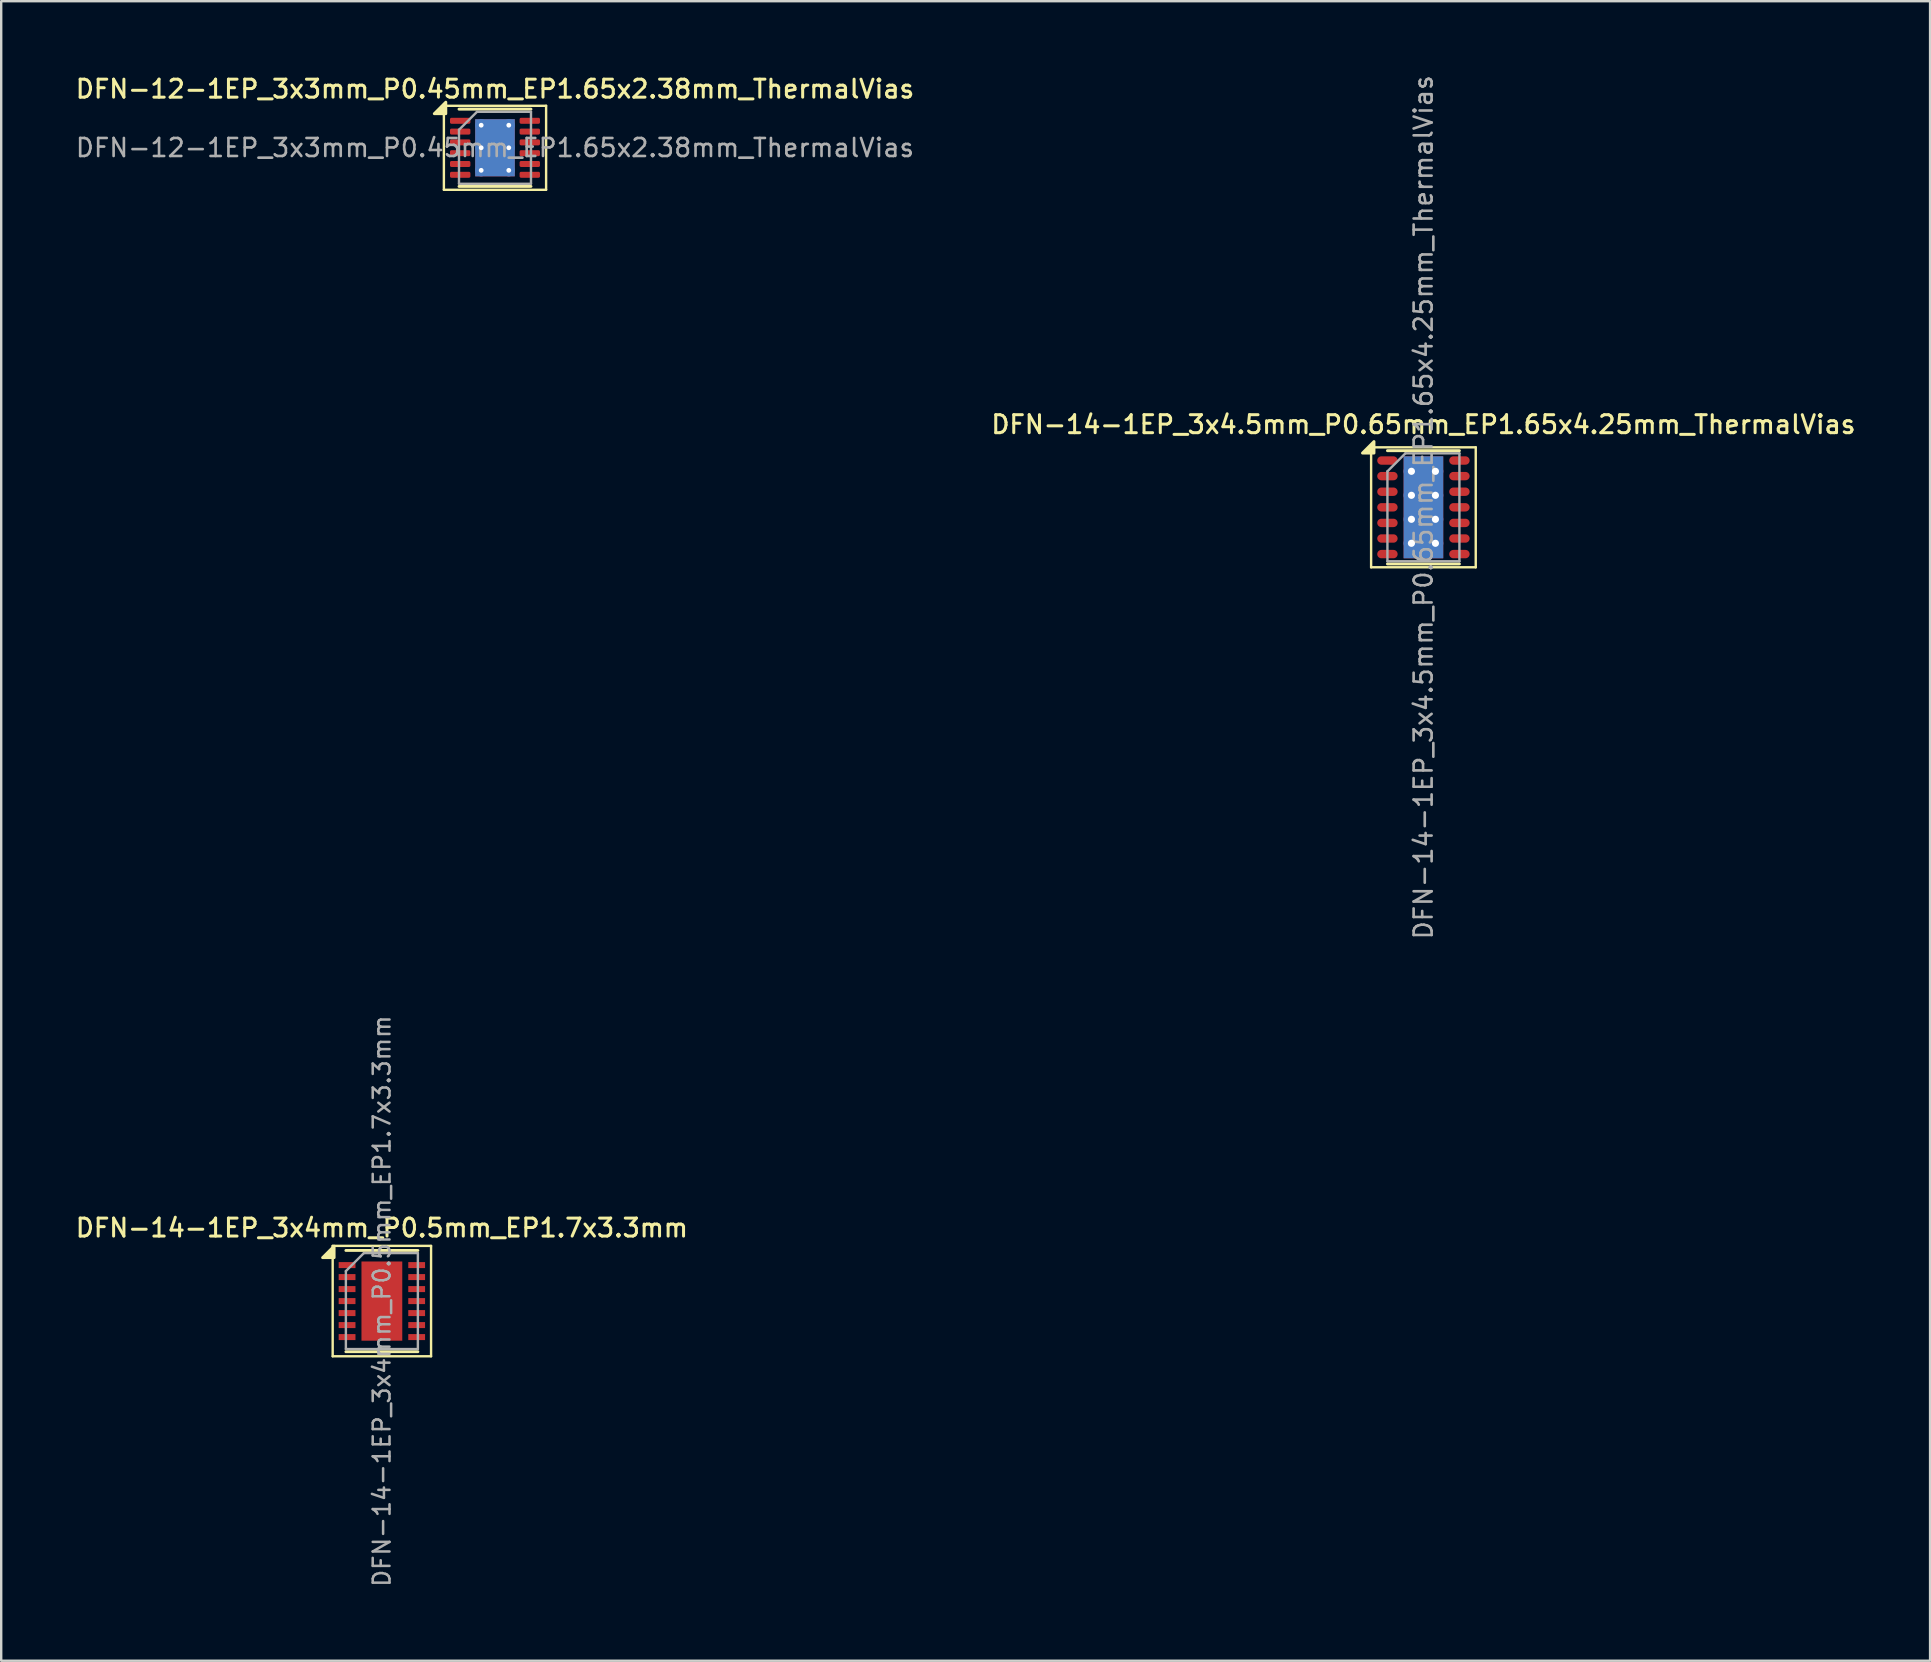
<source format=kicad_pcb>
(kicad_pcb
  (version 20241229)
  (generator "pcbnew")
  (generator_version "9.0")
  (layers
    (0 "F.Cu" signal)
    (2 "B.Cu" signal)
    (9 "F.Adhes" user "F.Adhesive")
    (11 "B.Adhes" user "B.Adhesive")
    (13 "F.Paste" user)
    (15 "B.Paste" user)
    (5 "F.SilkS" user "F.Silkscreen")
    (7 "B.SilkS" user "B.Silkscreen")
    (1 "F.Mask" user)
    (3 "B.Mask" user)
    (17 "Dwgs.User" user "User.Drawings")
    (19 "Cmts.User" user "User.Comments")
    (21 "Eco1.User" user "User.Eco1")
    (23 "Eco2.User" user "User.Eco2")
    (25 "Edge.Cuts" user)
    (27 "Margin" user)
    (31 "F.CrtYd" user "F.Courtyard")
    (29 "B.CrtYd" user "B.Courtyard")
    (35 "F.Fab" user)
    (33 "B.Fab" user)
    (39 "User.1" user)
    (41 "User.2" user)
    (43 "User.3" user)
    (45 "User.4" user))
  (footprint "DFN-12-1EP_3x3mm_P0.45mm_EP1.65x2.38mm_ThermalVias"
    (layer "F.Cu")
    (at 17.577 3.108)
    (property "Reference" "DFN-12-1EP_3x3mm_P0.45mm_EP1.65x2.38mm_ThermalVias" (at 0 -2.45 0) (layer "F.SilkS") (effects (font (size 0.75 0.75) (thickness 0.125))))
    (attr smd)
    (fp_line (start -2.13 -1.75) (end -2.13 1.75) (stroke (width 0.1) (type solid)) (layer "F.SilkS"))
    (fp_line (start -2.13 1.75) (end 2.13 1.75) (stroke (width 0.1) (type solid)) (layer "F.SilkS"))
    (fp_line (start -1.5 -1.61) (end 1.5 -1.61) (stroke (width 0.12) (type solid)) (layer "F.SilkS"))
    (fp_line (start -1.5 1.61) (end 1.5 1.61) (stroke (width 0.12) (type solid)) (layer "F.SilkS"))
    (fp_line (start 2.13 -1.75) (end -2.13 -1.75) (stroke (width 0.1) (type solid)) (layer "F.SilkS"))
    (fp_line (start 2.13 1.75) (end 2.13 -1.75) (stroke (width 0.1) (type solid)) (layer "F.SilkS"))
    (fp_poly (pts (xy -2.05 -1.42) (xy -2.53 -1.42) (xy -2.05 -1.9) (xy -2.05 -1.42)) (stroke (width 0.12) (type solid)) (fill yes) (layer "F.SilkS"))
    (fp_line (start -1.5 -0.75) (end -0.75 -1.5) (stroke (width 0.1) (type solid)) (layer "F.Fab"))
    (fp_line (start -1.5 1.5) (end -1.5 -0.75) (stroke (width 0.1) (type solid)) (layer "F.Fab"))
    (fp_line (start -0.75 -1.5) (end 1.5 -1.5) (stroke (width 0.1) (type solid)) (layer "F.Fab"))
    (fp_line (start 1.5 -1.5) (end 1.5 1.5) (stroke (width 0.1) (type solid)) (layer "F.Fab"))
    (fp_line (start 1.5 1.5) (end -1.5 1.5) (stroke (width 0.1) (type solid)) (layer "F.Fab"))
    (fp_text user "${REFERENCE}" (at 0 0 0) (layer "F.Fab") (effects (font (size 0.75 0.75) (thickness 0.11))))
    (pad "" smd roundrect (at -0.41 -0.595) (size 0.67 0.96) (layers "F.Paste") (roundrect_rratio 0.25))
    (pad "" smd roundrect (at -0.41 0.595) (size 0.67 0.96) (layers "F.Paste") (roundrect_rratio 0.25))
    (pad "" smd roundrect (at 0.41 -0.595) (size 0.67 0.96) (layers "F.Paste") (roundrect_rratio 0.25))
    (pad "" smd roundrect (at 0.41 0.595) (size 0.67 0.96) (layers "F.Paste") (roundrect_rratio 0.25))
    (pad "1" smd roundrect (at -1.45 -1.125) (size 0.85 0.25) (layers "F.Cu" "F.Mask" "F.Paste") (roundrect_rratio 0.25))
    (pad "2" smd roundrect (at -1.45 -0.675) (size 0.85 0.25) (layers "F.Cu" "F.Mask" "F.Paste") (roundrect_rratio 0.25))
    (pad "3" smd roundrect (at -1.45 -0.225) (size 0.85 0.25) (layers "F.Cu" "F.Mask" "F.Paste") (roundrect_rratio 0.25))
    (pad "4" smd roundrect (at -1.45 0.225) (size 0.85 0.25) (layers "F.Cu" "F.Mask" "F.Paste") (roundrect_rratio 0.25))
    (pad "5" smd roundrect (at -1.45 0.675) (size 0.85 0.25) (layers "F.Cu" "F.Mask" "F.Paste") (roundrect_rratio 0.25))
    (pad "6" smd roundrect (at -1.45 1.125) (size 0.85 0.25) (layers "F.Cu" "F.Mask" "F.Paste") (roundrect_rratio 0.25))
    (pad "7" smd roundrect (at 1.45 1.125) (size 0.85 0.25) (layers "F.Cu" "F.Mask" "F.Paste") (roundrect_rratio 0.25))
    (pad "8" smd roundrect (at 1.45 0.675) (size 0.85 0.25) (layers "F.Cu" "F.Mask" "F.Paste") (roundrect_rratio 0.25))
    (pad "9" smd roundrect (at 1.45 0.225) (size 0.85 0.25) (layers "F.Cu" "F.Mask" "F.Paste") (roundrect_rratio 0.25))
    (pad "10" smd roundrect (at 1.45 -0.225) (size 0.85 0.25) (layers "F.Cu" "F.Mask" "F.Paste") (roundrect_rratio 0.25))
    (pad "11" smd roundrect (at 1.45 -0.675) (size 0.85 0.25) (layers "F.Cu" "F.Mask" "F.Paste") (roundrect_rratio 0.25))
    (pad "12" smd roundrect (at 1.45 -1.125) (size 0.85 0.25) (layers "F.Cu" "F.Mask" "F.Paste") (roundrect_rratio 0.25))
    (pad "13" thru_hole circle (at -0.575 -0.94) (size 0.5 0.5) (drill 0.2) (property pad_prop_heatsink) (layers "*.Cu"))
    (pad "13" thru_hole circle (at -0.575 0) (size 0.5 0.5) (drill 0.2) (property pad_prop_heatsink) (layers "*.Cu"))
    (pad "13" thru_hole circle (at -0.575 0.94) (size 0.5 0.5) (drill 0.2) (property pad_prop_heatsink) (layers "*.Cu"))
    (pad "13" smd rect (at 0 0) (size 1.65 2.38) (property pad_prop_heatsink) (layers "F.Cu" "F.Mask"))
    (pad "13" smd rect (at 0 0) (size 1.65 2.38) (property pad_prop_heatsink) (layers "B.Cu"))
    (pad "13" thru_hole circle (at 0.575 -0.94) (size 0.5 0.5) (drill 0.2) (property pad_prop_heatsink) (layers "*.Cu"))
    (pad "13" thru_hole circle (at 0.575 0) (size 0.5 0.5) (drill 0.2) (property pad_prop_heatsink) (layers "*.Cu"))
    (pad "13" thru_hole circle (at 0.575 0.94) (size 0.5 0.5) (drill 0.2) (property pad_prop_heatsink) (layers "*.Cu")))
  (footprint "DFN-14-1EP_3x4mm_P0.5mm_EP1.7x3.3mm"
    (layer "F.Cu")
    (at 12.863 51.168)
    (property "Reference" "DFN-14-1EP_3x4mm_P0.5mm_EP1.7x3.3mm" (at 0 -3.05 0) (layer "F.SilkS") (effects (font (size 0.75 0.75) (thickness 0.125))))
    (attr smd)
    (fp_line (start -2.05 -2.3) (end -2.05 2.3) (stroke (width 0.1) (type solid)) (layer "F.SilkS"))
    (fp_line (start -2.05 -2.3) (end 2.05 -2.3) (stroke (width 0.1) (type solid)) (layer "F.SilkS"))
    (fp_line (start -2.05 2.3) (end 2.05 2.3) (stroke (width 0.1) (type solid)) (layer "F.SilkS"))
    (fp_line (start -1.5 -2.11) (end 1.5 -2.11) (stroke (width 0.12) (type solid)) (layer "F.SilkS"))
    (fp_line (start -1.5 2.11) (end 1.5 2.11) (stroke (width 0.12) (type solid)) (layer "F.SilkS"))
    (fp_line (start 2.05 -2.3) (end 2.05 2.3) (stroke (width 0.1) (type solid)) (layer "F.SilkS"))
    (fp_poly (pts (xy -1.99 -1.81) (xy -2.47 -1.81) (xy -1.99 -2.29) (xy -1.99 -1.81)) (stroke (width 0.12) (type solid)) (fill yes) (layer "F.SilkS"))
    (fp_line (start -1.5 -1.25) (end -0.75 -2) (stroke (width 0.1) (type solid)) (layer "F.Fab"))
    (fp_line (start -1.5 2) (end -1.5 -1.25) (stroke (width 0.1) (type solid)) (layer "F.Fab"))
    (fp_line (start -0.75 -2) (end 1.5 -2) (stroke (width 0.1) (type solid)) (layer "F.Fab"))
    (fp_line (start 1.5 -2) (end 1.5 2) (stroke (width 0.1) (type solid)) (layer "F.Fab"))
    (fp_line (start 1.5 2) (end -1.5 2) (stroke (width 0.1) (type solid)) (layer "F.Fab"))
    (fp_text user "${REFERENCE}" (at 0 0 90) (layer "F.Fab") (effects (font (size 0.7 0.7) (thickness 0.105))))
    (pad "" smd rect (at -0.425 -1.238) (size 0.685 0.67) (layers "F.Paste"))
    (pad "" smd rect (at -0.425 -0.412) (size 0.685 0.67) (layers "F.Paste"))
    (pad "" smd rect (at -0.425 0.412) (size 0.685 0.67) (layers "F.Paste"))
    (pad "" smd rect (at -0.425 1.238) (size 0.685 0.67) (layers "F.Paste"))
    (pad "" smd rect (at 0.425 -1.238) (size 0.685 0.67) (layers "F.Paste"))
    (pad "" smd rect (at 0.425 -0.412) (size 0.685 0.67) (layers "F.Paste"))
    (pad "" smd rect (at 0.425 0.412) (size 0.685 0.67) (layers "F.Paste"))
    (pad "" smd rect (at 0.425 1.238) (size 0.685 0.67) (layers "F.Paste"))
    (pad "1" smd rect (at -1.45 -1.5) (size 0.7 0.25) (layers "F.Cu" "F.Mask" "F.Paste"))
    (pad "2" smd rect (at -1.45 -1) (size 0.7 0.25) (layers "F.Cu" "F.Mask" "F.Paste"))
    (pad "3" smd rect (at -1.45 -0.5) (size 0.7 0.25) (layers "F.Cu" "F.Mask" "F.Paste"))
    (pad "4" smd rect (at -1.45 0) (size 0.7 0.25) (layers "F.Cu" "F.Mask" "F.Paste"))
    (pad "5" smd rect (at -1.45 0.5) (size 0.7 0.25) (layers "F.Cu" "F.Mask" "F.Paste"))
    (pad "6" smd rect (at -1.45 1) (size 0.7 0.25) (layers "F.Cu" "F.Mask" "F.Paste"))
    (pad "7" smd rect (at -1.45 1.5) (size 0.7 0.25) (layers "F.Cu" "F.Mask" "F.Paste"))
    (pad "8" smd rect (at 1.45 1.5) (size 0.7 0.25) (layers "F.Cu" "F.Mask" "F.Paste"))
    (pad "9" smd rect (at 1.45 1) (size 0.7 0.25) (layers "F.Cu" "F.Mask" "F.Paste"))
    (pad "10" smd rect (at 1.45 0.5) (size 0.7 0.25) (layers "F.Cu" "F.Mask" "F.Paste"))
    (pad "11" smd rect (at 1.45 0) (size 0.7 0.25) (layers "F.Cu" "F.Mask" "F.Paste"))
    (pad "12" smd rect (at 1.45 -0.5) (size 0.7 0.25) (layers "F.Cu" "F.Mask" "F.Paste"))
    (pad "13" smd rect (at 1.45 -1) (size 0.7 0.25) (layers "F.Cu" "F.Mask" "F.Paste"))
    (pad "14" smd rect (at 1.45 -1.5) (size 0.7 0.25) (layers "F.Cu" "F.Mask" "F.Paste"))
    (pad "15" smd rect (at 0 0) (size 1.7 3.3) (layers "F.Cu" "F.Mask")))
  (footprint "DFN-14-1EP_3x4.5mm_P0.65mm_EP1.65x4.25mm_ThermalVias"
    (layer "F.Cu")
    (at 56.266 18.09)
    (property "Reference" "DFN-14-1EP_3x4.5mm_P0.65mm_EP1.65x4.25mm_ThermalVias" (at 0 -3.45 0) (layer "F.SilkS") (effects (font (size 0.75 0.75) (thickness 0.125))))
    (attr smd)
    (fp_line (start -2.18 -2.5) (end -2.18 2.5) (stroke (width 0.1) (type solid)) (layer "F.SilkS"))
    (fp_line (start -2.18 2.5) (end 2.18 2.5) (stroke (width 0.1) (type solid)) (layer "F.SilkS"))
    (fp_line (start -1.5 2.36) (end 1.5 2.36) (stroke (width 0.12) (type solid)) (layer "F.SilkS"))
    (fp_line (start 1.5 -2.36) (end -1.5 -2.36) (stroke (width 0.12) (type solid)) (layer "F.SilkS"))
    (fp_line (start 2.18 -2.5) (end -2.18 -2.5) (stroke (width 0.1) (type solid)) (layer "F.SilkS"))
    (fp_line (start 2.18 2.5) (end 2.18 -2.5) (stroke (width 0.1) (type solid)) (layer "F.SilkS"))
    (fp_poly (pts (xy -2.06 -2.26) (xy -2.54 -2.26) (xy -2.06 -2.74) (xy -2.06 -2.26)) (stroke (width 0.12) (type solid)) (fill yes) (layer "F.SilkS"))
    (fp_line (start -1.5 2.25) (end -1.5 -1.5) (stroke (width 0.1) (type solid)) (layer "F.Fab"))
    (fp_line (start -1.5 2.25) (end 1.5 2.25) (stroke (width 0.1) (type solid)) (layer "F.Fab"))
    (fp_line (start -0.75 -2.25) (end -1.5 -1.5) (stroke (width 0.1) (type solid)) (layer "F.Fab"))
    (fp_line (start 1.5 -2.25) (end -0.75 -2.25) (stroke (width 0.1) (type solid)) (layer "F.Fab"))
    (fp_line (start 1.5 2.25) (end 1.5 -2.25) (stroke (width 0.1) (type solid)) (layer "F.Fab"))
    (fp_text user "${REFERENCE}" (at 0 0 90) (layer "F.Fab") (effects (font (size 0.75 0.75) (thickness 0.11))))
    (pad "" smd rect (at 0 -1.9) (size 1.5 0.3) (layers "F.Paste"))
    (pad "" smd rect (at 0 -1.5) (size 0.5 0.5) (layers "F.Paste"))
    (pad "" smd rect (at 0 -1) (size 1.5 0.5) (layers "F.Paste"))
    (pad "" smd rect (at 0 -0.5) (size 0.5 0.5) (layers "F.Paste"))
    (pad "" smd rect (at 0 0) (size 1.5 0.5) (layers "F.Paste"))
    (pad "" smd rect (at 0 0.5) (size 0.5 0.5) (layers "F.Paste"))
    (pad "" smd rect (at 0 1) (size 1.5 0.5) (layers "F.Paste"))
    (pad "" smd rect (at 0 1.5) (size 0.5 0.5) (layers "F.Paste"))
    (pad "" smd rect (at 0 1.9) (size 1.5 0.3) (layers "F.Paste"))
    (pad "1" smd oval (at -1.5 -1.95) (size 0.85 0.35) (layers "F.Cu" "F.Mask" "F.Paste"))
    (pad "2" smd oval (at -1.5 -1.3) (size 0.85 0.35) (layers "F.Cu" "F.Mask" "F.Paste"))
    (pad "3" smd oval (at -1.5 -0.65) (size 0.85 0.35) (layers "F.Cu" "F.Mask" "F.Paste"))
    (pad "4" smd oval (at -1.5 0) (size 0.85 0.35) (layers "F.Cu" "F.Mask" "F.Paste"))
    (pad "5" smd oval (at -1.5 0.65) (size 0.85 0.35) (layers "F.Cu" "F.Mask" "F.Paste"))
    (pad "6" smd oval (at -1.5 1.3) (size 0.85 0.35) (layers "F.Cu" "F.Mask" "F.Paste"))
    (pad "7" smd oval (at -1.5 1.95) (size 0.85 0.35) (layers "F.Cu" "F.Mask" "F.Paste"))
    (pad "8" smd oval (at 1.5 1.95) (size 0.85 0.35) (layers "F.Cu" "F.Mask" "F.Paste"))
    (pad "9" smd oval (at 1.5 1.3) (size 0.85 0.35) (layers "F.Cu" "F.Mask" "F.Paste"))
    (pad "10" smd oval (at 1.5 0.65) (size 0.85 0.35) (layers "F.Cu" "F.Mask" "F.Paste"))
    (pad "11" smd oval (at 1.5 0) (size 0.85 0.35) (layers "F.Cu" "F.Mask" "F.Paste"))
    (pad "12" smd oval (at 1.5 -0.65) (size 0.85 0.35) (layers "F.Cu" "F.Mask" "F.Paste"))
    (pad "13" smd oval (at 1.5 -1.3) (size 0.85 0.35) (layers "F.Cu" "F.Mask" "F.Paste"))
    (pad "14" smd oval (at 1.5 -1.95) (size 0.85 0.35) (layers "F.Cu" "F.Mask" "F.Paste"))
    (pad "15" thru_hole circle (at -0.5 -1.5) (size 0.65 0.65) (drill 0.3) (layers "*.Cu" "*.Mask"))
    (pad "15" thru_hole circle (at -0.5 -0.5) (size 0.65 0.65) (drill 0.3) (layers "*.Cu" "*.Mask"))
    (pad "15" thru_hole circle (at -0.5 0.5) (size 0.65 0.65) (drill 0.3) (layers "*.Cu" "*.Mask"))
    (pad "15" thru_hole circle (at -0.5 1.5) (size 0.65 0.65) (drill 0.3) (layers "*.Cu" "*.Mask"))
    (pad "15" smd rect (at 0 0) (size 1.65 4.25) (layers "F.Cu" "F.Mask"))
    (pad "15" smd rect (at 0 0) (size 1.65 4.25) (layers "B.Cu" "B.Mask"))
    (pad "15" thru_hole circle (at 0.5 -1.5) (size 0.65 0.65) (drill 0.3) (layers "*.Cu" "*.Mask"))
    (pad "15" thru_hole circle (at 0.5 -0.5) (size 0.65 0.65) (drill 0.3) (layers "*.Cu" "*.Mask"))
    (pad "15" thru_hole circle (at 0.5 0.5) (size 0.65 0.65) (drill 0.3) (layers "*.Cu" "*.Mask"))
    (pad "15" thru_hole circle (at 0.5 1.5) (size 0.65 0.65) (drill 0.3) (layers "*.Cu" "*.Mask")))
  (gr_rect
    (start -3 -3)
    (end 77.379 66.155)
    (stroke (width 0.1) (type default))
    (fill no)
    (layer "Edge.Cuts")))
</source>
